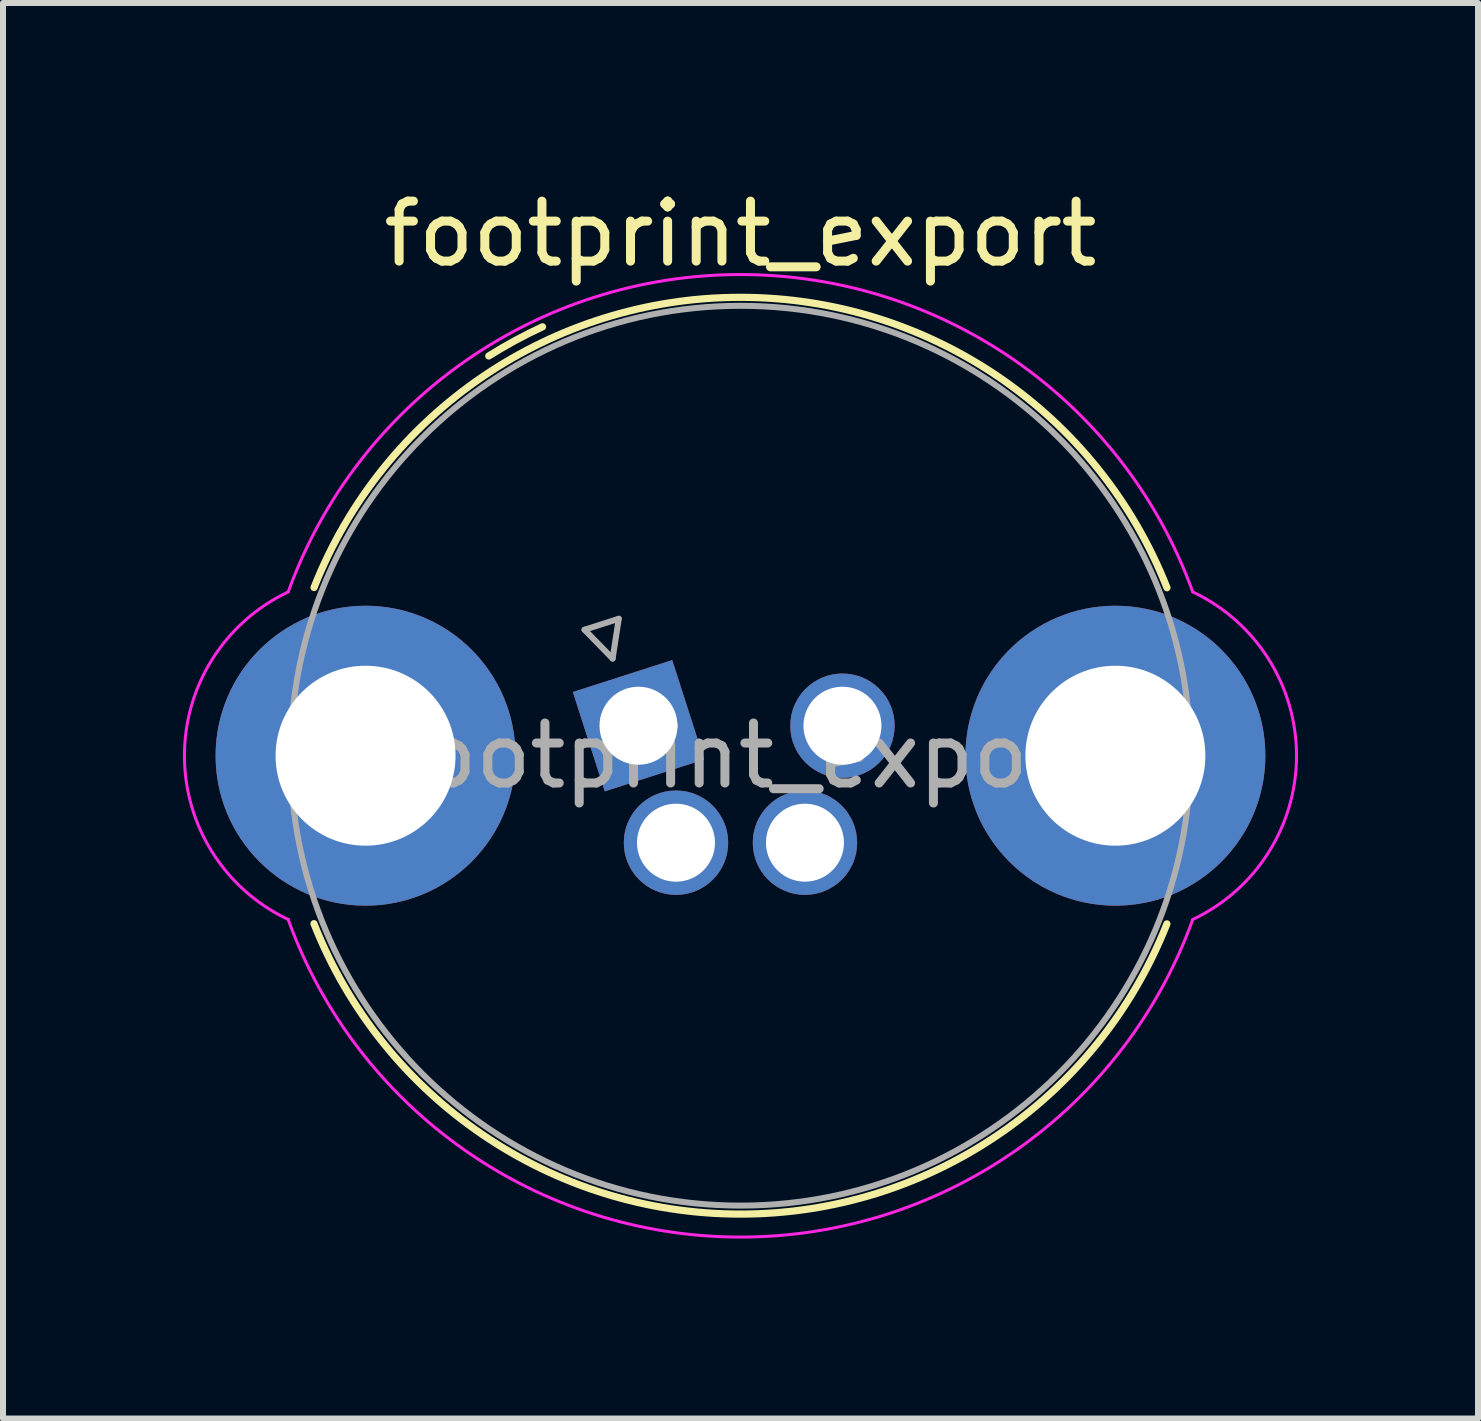
<source format=kicad_pcb>
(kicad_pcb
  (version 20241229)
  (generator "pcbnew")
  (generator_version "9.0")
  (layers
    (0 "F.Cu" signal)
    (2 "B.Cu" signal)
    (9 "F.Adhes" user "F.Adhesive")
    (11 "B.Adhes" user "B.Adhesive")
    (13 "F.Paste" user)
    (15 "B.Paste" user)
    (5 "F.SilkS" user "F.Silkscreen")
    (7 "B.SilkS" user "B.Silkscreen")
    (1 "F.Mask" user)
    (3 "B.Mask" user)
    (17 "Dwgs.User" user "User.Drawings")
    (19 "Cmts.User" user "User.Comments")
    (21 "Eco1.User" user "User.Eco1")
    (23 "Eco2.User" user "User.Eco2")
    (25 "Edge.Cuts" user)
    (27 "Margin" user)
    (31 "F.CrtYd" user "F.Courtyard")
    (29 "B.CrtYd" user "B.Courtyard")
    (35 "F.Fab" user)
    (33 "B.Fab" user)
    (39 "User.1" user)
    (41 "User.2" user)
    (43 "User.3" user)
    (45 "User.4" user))
  (footprint "footprint_export"
    (layer "F.Cu")
    (at 7.594 9.048)
    (property "Reference" "footprint_export" (at 1.7 -8.2 0) (layer "F.SilkS") (effects (font (size 1 1) (thickness 0.15))))
    (attr through_hole)
    (fp_arc (start -5.408655 -2.303412) (mid 1.701834 -7.141472) (end 8.81 -2.3) (stroke (width 0.12) (type default)) (layer "F.SilkS"))
    (fp_arc (start -2.496063 -6.163748) (mid -2.055909 -6.421389) (end -1.6 -6.649999) (stroke (width 0.12) (type default)) (layer "F.SilkS"))
    (fp_arc (start 8.808655 3.303413) (mid 1.698166 8.141472) (end -5.41 3.3) (stroke (width 0.12) (type default)) (layer "F.SilkS"))
    (fp_arc (start -5.84 -2.23) (mid 1.7 -7.521096) (end 9.24 -2.23) (stroke (width 0.05) (type default)) (layer "F.CrtYd"))
    (fp_arc (start -5.84 3.23) (mid -7.569436 0.5) (end -5.84 -2.23) (stroke (width 0.05) (type default)) (layer "F.CrtYd"))
    (fp_arc (start 9.24 -2.23) (mid 10.969437 0.5) (end 9.24 3.23) (stroke (width 0.05) (type default)) (layer "F.CrtYd"))
    (fp_arc (start 9.24 3.23) (mid 1.7 8.524521) (end -5.84 3.23) (stroke (width 0.05) (type default)) (layer "F.CrtYd"))
    (fp_line (start -0.9 -1.6) (end -0.431 -1.12) (stroke (width 0.1) (type solid)) (layer "F.Fab"))
    (fp_line (start -0.431 -1.12) (end -0.329 -1.783) (stroke (width 0.1) (type solid)) (layer "F.Fab"))
    (fp_line (start -0.329 -1.783) (end -0.9 -1.6) (stroke (width 0.1) (type solid)) (layer "F.Fab"))
    (fp_circle (center 1.7 0.5) (end 9.2 0.5) (stroke (width 0.1) (type default)) (fill no) (layer "F.Fab"))
    (fp_text user "${REFERENCE}" (at 1.75 0.5 0) (layer "F.Fab") (effects (font (size 1 1) (thickness 0.15))))
    (pad "1" thru_hole rect (at 0 0 17.8) (size 1.74 1.74) (drill 1.3) (layers "*.Cu" "*.Mask"))
    (pad "2" thru_hole circle (at 0.625 1.95 180) (size 1.74 1.74) (drill 1.3) (layers "*.Cu" "*.Mask"))
    (pad "3" thru_hole circle (at 3.4 0 180) (size 1.74 1.74) (drill 1.3) (layers "*.Cu" "*.Mask"))
    (pad "4" thru_hole circle (at 2.775 1.95 180) (size 1.74 1.74) (drill 1.3) (layers "*.Cu" "*.Mask"))
    (pad "SH" thru_hole circle (at -4.55 0.5 180) (size 5 5) (drill 3) (layers "*.Cu" "*.Mask"))
    (pad "SH" thru_hole circle (at 7.95 0.5 180) (size 5 5) (drill 3) (layers "*.Cu" "*.Mask")))
  (gr_rect
    (start -3 -3)
    (end 21.589 20.598)
    (stroke (width 0.1) (type default))
    (fill no)
    (layer "Edge.Cuts")))
</source>
